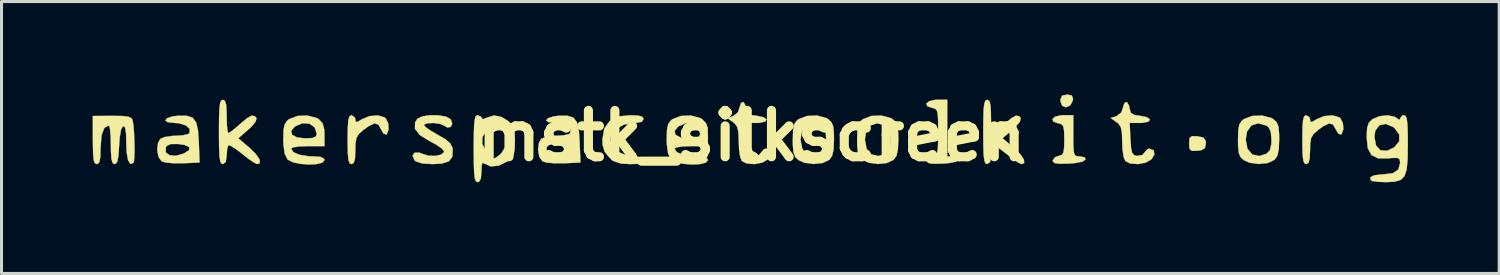
<source format=kicad_pcb>
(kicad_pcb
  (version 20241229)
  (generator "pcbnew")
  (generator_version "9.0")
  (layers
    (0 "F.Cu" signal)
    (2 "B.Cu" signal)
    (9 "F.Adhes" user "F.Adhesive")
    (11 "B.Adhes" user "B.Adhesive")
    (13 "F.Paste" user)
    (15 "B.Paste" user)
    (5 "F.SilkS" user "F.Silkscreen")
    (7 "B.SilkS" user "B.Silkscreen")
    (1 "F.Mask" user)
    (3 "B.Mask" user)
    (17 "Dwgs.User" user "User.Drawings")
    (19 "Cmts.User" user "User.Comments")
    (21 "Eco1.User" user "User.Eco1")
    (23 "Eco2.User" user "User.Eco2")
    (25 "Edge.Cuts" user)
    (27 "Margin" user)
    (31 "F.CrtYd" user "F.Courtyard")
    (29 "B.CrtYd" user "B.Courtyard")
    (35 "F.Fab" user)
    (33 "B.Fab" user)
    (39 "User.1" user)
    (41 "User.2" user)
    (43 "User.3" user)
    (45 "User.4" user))
  (footprint "mstk_silkscreen"
    (layer "F.Cu")
    (at 21.68 1.418)
    (property "Reference" "mstk_silkscreen" (at 0 0 0) (layer "F.SilkS") (effects (font (size 1.524 1.524) (thickness 0.3))))
    (attr through_hole)
    (fp_poly (pts (xy 10.536 -1.327) (xy 10.573 -1.216) (xy 10.568 -1.165) (xy 10.488 -1.006) (xy 10.347 -0.938) (xy 10.219 -0.985) (xy 10.168 -1.112) (xy 10.16 -1.199) (xy 10.216 -1.322) (xy 10.378 -1.355) (xy 10.536 -1.327)) (stroke (width 0.01) (type solid)) (fill yes) (layer "F.SilkS"))
    (fp_poly (pts (xy 14.668 0.016) (xy 14.862 0.057) (xy 14.936 0.156) (xy 14.944 0.254) (xy 14.915 0.405) (xy 14.795 0.474) (xy 14.668 0.492) (xy 14.48 0.496) (xy 14.406 0.426) (xy 14.393 0.254) (xy 14.408 0.074) (xy 14.488 0.011) (xy 14.668 0.016)) (stroke (width 0.01) (type solid)) (fill yes) (layer "F.SilkS"))
    (fp_poly (pts (xy 6.435 0.677) (xy 6.653 0.677) (xy 6.813 0.711) (xy 6.837 0.783) (xy 6.732 0.851) (xy 6.486 0.898) (xy 6.28 0.914) (xy 5.983 0.92) (xy 5.821 0.898) (xy 5.761 0.841) (xy 5.757 0.814) (xy 5.829 0.706) (xy 5.948 0.662) (xy 6.038 0.639) (xy 6.094 0.58) (xy 6.124 0.45) (xy 6.136 0.217) (xy 6.138 -0.127) (xy 6.136 -0.489) (xy 6.123 -0.715) (xy 6.092 -0.839) (xy 6.034 -0.895) (xy 5.948 -0.916) (xy 5.778 -0.975) (xy 5.749 -1.06) (xy 5.844 -1.141) (xy 6.045 -1.184) (xy 6.096 -1.185) (xy 6.435 -1.185) (xy 6.435 0.677)) (stroke (width 0.01) (type solid)) (fill yes) (layer "F.SilkS"))
    (fp_poly (pts (xy -3.727 -0.665) (xy -3.59 -0.622) (xy -3.556 -0.55) (xy -3.614 -0.461) (xy -3.804 -0.425) (xy -3.883 -0.423) (xy -4.199 -0.368) (xy -4.46 -0.224) (xy -4.623 -0.021) (xy -4.657 0.127) (xy -4.579 0.352) (xy -4.376 0.537) (xy -4.091 0.654) (xy -3.883 0.677) (xy -3.652 0.7) (xy -3.56 0.774) (xy -3.556 0.804) (xy -3.599 0.882) (xy -3.751 0.922) (xy -4.001 0.931) (xy -4.306 0.912) (xy -4.516 0.84) (xy -4.679 0.716) (xy -4.837 0.526) (xy -4.903 0.302) (xy -4.911 0.127) (xy -4.848 -0.242) (xy -4.661 -0.498) (xy -4.346 -0.642) (xy -4.001 -0.677) (xy -3.727 -0.665)) (stroke (width 0.01) (type solid)) (fill yes) (layer "F.SilkS"))
    (fp_poly (pts (xy 10.583 0) (xy 10.585 0.336) (xy 10.599 0.537) (xy 10.636 0.638) (xy 10.706 0.673) (xy 10.802 0.677) (xy 10.962 0.711) (xy 10.986 0.783) (xy 10.881 0.851) (xy 10.634 0.898) (xy 10.428 0.914) (xy 10.132 0.92) (xy 9.97 0.898) (xy 9.909 0.841) (xy 9.906 0.814) (xy 9.978 0.706) (xy 10.097 0.662) (xy 10.203 0.631) (xy 10.26 0.549) (xy 10.283 0.374) (xy 10.287 0.127) (xy 10.281 -0.157) (xy 10.253 -0.314) (xy 10.189 -0.385) (xy 10.097 -0.408) (xy 9.926 -0.467) (xy 9.897 -0.552) (xy 9.992 -0.633) (xy 10.194 -0.676) (xy 10.245 -0.677) (xy 10.583 -0.677) (xy 10.583 0)) (stroke (width 0.01) (type solid)) (fill yes) (layer "F.SilkS"))
    (fp_poly (pts (xy -13.056 -0.609) (xy -13.039 -0.541) (xy -13.025 -0.453) (xy -12.953 -0.465) (xy -12.83 -0.541) (xy -12.574 -0.647) (xy -12.301 -0.671) (xy -12.082 -0.609) (xy -12.04 -0.576) (xy -11.958 -0.414) (xy -11.944 -0.214) (xy -12 -0.062) (xy -12.023 -0.042) (xy -12.11 -0.071) (xy -12.19 -0.207) (xy -12.282 -0.37) (xy -12.406 -0.409) (xy -12.594 -0.322) (xy -12.756 -0.207) (xy -12.921 -0.065) (xy -13.006 0.077) (xy -13.036 0.283) (xy -13.039 0.47) (xy -13.05 0.749) (xy -13.091 0.892) (xy -13.166 0.931) (xy -13.226 0.903) (xy -13.265 0.797) (xy -13.285 0.587) (xy -13.292 0.244) (xy -13.293 0.127) (xy -13.288 -0.256) (xy -13.271 -0.499) (xy -13.238 -0.629) (xy -13.184 -0.676) (xy -13.166 -0.677) (xy -13.056 -0.609)) (stroke (width 0.01) (type solid)) (fill yes) (layer "F.SilkS"))
    (fp_poly (pts (xy 18.356 -0.609) (xy 18.373 -0.541) (xy 18.387 -0.453) (xy 18.459 -0.465) (xy 18.581 -0.541) (xy 18.838 -0.647) (xy 19.111 -0.671) (xy 19.33 -0.609) (xy 19.372 -0.576) (xy 19.453 -0.414) (xy 19.468 -0.214) (xy 19.412 -0.062) (xy 19.389 -0.042) (xy 19.302 -0.071) (xy 19.221 -0.207) (xy 19.13 -0.37) (xy 19.005 -0.409) (xy 18.817 -0.322) (xy 18.656 -0.207) (xy 18.49 -0.065) (xy 18.406 0.077) (xy 18.376 0.283) (xy 18.373 0.47) (xy 18.361 0.749) (xy 18.32 0.892) (xy 18.246 0.931) (xy 18.185 0.903) (xy 18.147 0.797) (xy 18.126 0.587) (xy 18.119 0.244) (xy 18.119 0.127) (xy 18.123 -0.256) (xy 18.14 -0.499) (xy 18.173 -0.629) (xy 18.227 -0.676) (xy 18.246 -0.677) (xy 18.356 -0.609)) (stroke (width 0.01) (type solid)) (fill yes) (layer "F.SilkS"))
    (fp_poly (pts (xy -0.198 -0.99) (xy -0.185 -0.915) (xy -0.142 -0.758) (xy -0.023 -0.685) (xy 0.147 -0.661) (xy 0.391 -0.612) (xy 0.49 -0.537) (xy 0.441 -0.465) (xy 0.239 -0.425) (xy 0.172 -0.423) (xy -0.177 -0.423) (xy -0.152 0.106) (xy -0.132 0.398) (xy -0.097 0.562) (xy -0.03 0.637) (xy 0.064 0.662) (xy 0.242 0.631) (xy 0.306 0.556) (xy 0.408 0.44) (xy 0.47 0.423) (xy 0.614 0.479) (xy 0.634 0.616) (xy 0.546 0.767) (xy 0.354 0.881) (xy 0.093 0.931) (xy -0.163 0.91) (xy -0.322 0.83) (xy -0.377 0.693) (xy -0.414 0.442) (xy -0.423 0.205) (xy -0.433 -0.099) (xy -0.47 -0.284) (xy -0.55 -0.401) (xy -0.614 -0.452) (xy -0.804 -0.586) (xy -0.619 -0.64) (xy -0.453 -0.768) (xy -0.407 -0.9) (xy -0.349 -1.081) (xy -0.267 -1.112) (xy -0.198 -0.99)) (stroke (width 0.01) (type solid)) (fill yes) (layer "F.SilkS"))
    (fp_poly (pts (xy 2.452 -0.586) (xy 2.521 -0.546) (xy 2.627 -0.446) (xy 2.685 -0.304) (xy 2.707 -0.071) (xy 2.709 0.119) (xy 2.696 0.451) (xy 2.647 0.66) (xy 2.555 0.791) (xy 2.554 0.791) (xy 2.335 0.895) (xy 2.038 0.927) (xy 1.737 0.886) (xy 1.543 0.8) (xy 1.437 0.701) (xy 1.38 0.561) (xy 1.357 0.331) (xy 1.355 0.127) (xy 1.609 0.127) (xy 1.667 0.43) (xy 1.825 0.615) (xy 2.058 0.665) (xy 2.292 0.59) (xy 2.403 0.48) (xy 2.45 0.278) (xy 2.455 0.127) (xy 2.433 -0.139) (xy 2.356 -0.289) (xy 2.292 -0.336) (xy 2.016 -0.412) (xy 1.793 -0.339) (xy 1.65 -0.134) (xy 1.609 0.127) (xy 1.355 0.127) (xy 1.363 -0.182) (xy 1.398 -0.371) (xy 1.473 -0.488) (xy 1.543 -0.546) (xy 1.819 -0.653) (xy 2.151 -0.666) (xy 2.452 -0.586)) (stroke (width 0.01) (type solid)) (fill yes) (layer "F.SilkS"))
    (fp_poly (pts (xy 4.569 -0.586) (xy 4.638 -0.546) (xy 4.744 -0.446) (xy 4.801 -0.304) (xy 4.824 -0.071) (xy 4.826 0.119) (xy 4.812 0.451) (xy 4.764 0.66) (xy 4.671 0.791) (xy 4.671 0.791) (xy 4.452 0.895) (xy 4.154 0.927) (xy 3.853 0.886) (xy 3.66 0.8) (xy 3.554 0.701) (xy 3.497 0.561) (xy 3.474 0.331) (xy 3.471 0.127) (xy 3.725 0.127) (xy 3.784 0.43) (xy 3.942 0.615) (xy 4.175 0.665) (xy 4.408 0.59) (xy 4.519 0.48) (xy 4.567 0.278) (xy 4.572 0.127) (xy 4.55 -0.139) (xy 4.473 -0.289) (xy 4.408 -0.336) (xy 4.132 -0.412) (xy 3.91 -0.339) (xy 3.766 -0.134) (xy 3.725 0.127) (xy 3.471 0.127) (xy 3.48 -0.182) (xy 3.515 -0.371) (xy 3.589 -0.488) (xy 3.66 -0.546) (xy 3.936 -0.653) (xy 4.268 -0.666) (xy 4.569 -0.586)) (stroke (width 0.01) (type solid)) (fill yes) (layer "F.SilkS"))
    (fp_poly (pts (xy 12.417 -0.99) (xy 12.43 -0.915) (xy 12.474 -0.758) (xy 12.592 -0.685) (xy 12.762 -0.661) (xy 13.007 -0.612) (xy 13.106 -0.537) (xy 13.056 -0.465) (xy 12.855 -0.425) (xy 12.788 -0.423) (xy 12.438 -0.423) (xy 12.463 0.106) (xy 12.483 0.398) (xy 12.519 0.562) (xy 12.586 0.637) (xy 12.679 0.662) (xy 12.858 0.631) (xy 12.921 0.556) (xy 13.024 0.44) (xy 13.085 0.423) (xy 13.229 0.479) (xy 13.25 0.616) (xy 13.161 0.767) (xy 12.969 0.881) (xy 12.708 0.931) (xy 12.452 0.91) (xy 12.294 0.83) (xy 12.238 0.693) (xy 12.202 0.442) (xy 12.192 0.205) (xy 12.183 -0.099) (xy 12.146 -0.284) (xy 12.066 -0.401) (xy 12.002 -0.452) (xy 11.811 -0.586) (xy 11.997 -0.64) (xy 12.162 -0.768) (xy 12.208 -0.9) (xy 12.266 -1.081) (xy 12.348 -1.112) (xy 12.417 -0.99)) (stroke (width 0.01) (type solid)) (fill yes) (layer "F.SilkS"))
    (fp_poly (pts (xy 17.1 -0.586) (xy 17.168 -0.546) (xy 17.275 -0.446) (xy 17.332 -0.304) (xy 17.354 -0.071) (xy 17.357 0.119) (xy 17.343 0.451) (xy 17.295 0.66) (xy 17.202 0.791) (xy 17.202 0.791) (xy 16.983 0.895) (xy 16.685 0.927) (xy 16.384 0.886) (xy 16.19 0.8) (xy 16.085 0.701) (xy 16.028 0.561) (xy 16.005 0.331) (xy 16.002 0.127) (xy 16.256 0.127) (xy 16.314 0.43) (xy 16.473 0.615) (xy 16.706 0.665) (xy 16.939 0.59) (xy 17.05 0.48) (xy 17.098 0.278) (xy 17.103 0.127) (xy 17.081 -0.139) (xy 17.004 -0.289) (xy 16.939 -0.336) (xy 16.663 -0.412) (xy 16.441 -0.339) (xy 16.297 -0.134) (xy 16.256 0.127) (xy 16.002 0.127) (xy 16.011 -0.182) (xy 16.045 -0.371) (xy 16.12 -0.488) (xy 16.19 -0.546) (xy 16.467 -0.653) (xy 16.799 -0.666) (xy 17.1 -0.586)) (stroke (width 0.01) (type solid)) (fill yes) (layer "F.SilkS"))
    (fp_poly (pts (xy -10.304 -0.674) (xy -10.052 -0.629) (xy -9.903 -0.547) (xy -9.849 -0.402) (xy -9.9 -0.293) (xy -10.012 -0.271) (xy -10.092 -0.322) (xy -10.242 -0.39) (xy -10.464 -0.422) (xy -10.676 -0.41) (xy -10.783 -0.365) (xy -10.744 -0.3) (xy -10.588 -0.185) (xy -10.352 -0.048) (xy -10.072 0.115) (xy -9.915 0.25) (xy -9.846 0.391) (xy -9.836 0.45) (xy -9.847 0.689) (xy -9.959 0.839) (xy -10.195 0.914) (xy -10.499 0.931) (xy -10.848 0.909) (xy -11.053 0.838) (xy -11.094 0.801) (xy -11.156 0.651) (xy -11.089 0.557) (xy -10.933 0.553) (xy -10.843 0.59) (xy -10.639 0.653) (xy -10.411 0.661) (xy -10.219 0.621) (xy -10.121 0.539) (xy -10.118 0.518) (xy -10.189 0.423) (xy -10.373 0.293) (xy -10.583 0.18) (xy -10.914 -0.021) (xy -11.078 -0.229) (xy -11.074 -0.441) (xy -11.003 -0.555) (xy -10.846 -0.637) (xy -10.591 -0.677) (xy -10.304 -0.674)) (stroke (width 0.01) (type solid)) (fill yes) (layer "F.SilkS"))
    (fp_poly (pts (xy -18.584 -0.66) (xy -18.392 -0.595) (xy -18.276 -0.44) (xy -18.215 -0.168) (xy -18.189 0.206) (xy -18.164 0.879) (xy -18.713 0.904) (xy -19.022 0.904) (xy -19.278 0.879) (xy -19.41 0.841) (xy -19.516 0.694) (xy -19.558 0.466) (xy -19.548 0.385) (xy -19.275 0.385) (xy -19.275 0.547) (xy -19.151 0.641) (xy -18.939 0.656) (xy -18.675 0.58) (xy -18.671 0.578) (xy -18.508 0.468) (xy -18.506 0.372) (xy -18.659 0.3) (xy -18.867 0.27) (xy -19.115 0.271) (xy -19.243 0.331) (xy -19.275 0.385) (xy -19.548 0.385) (xy -19.53 0.235) (xy -19.456 0.102) (xy -19.316 0.041) (xy -19.077 0.005) (xy -18.953 0) (xy -18.706 -0.017) (xy -18.535 -0.061) (xy -18.497 -0.088) (xy -18.489 -0.226) (xy -18.615 -0.342) (xy -18.84 -0.413) (xy -18.983 -0.423) (xy -19.211 -0.448) (xy -19.29 -0.508) (xy -19.232 -0.579) (xy -19.046 -0.639) (xy -18.874 -0.66) (xy -18.584 -0.66)) (stroke (width 0.01) (type solid)) (fill yes) (layer "F.SilkS"))
    (fp_poly (pts (xy -6.054 -0.66) (xy -5.861 -0.595) (xy -5.745 -0.44) (xy -5.684 -0.168) (xy -5.659 0.206) (xy -5.633 0.879) (xy -6.182 0.904) (xy -6.491 0.904) (xy -6.747 0.879) (xy -6.879 0.841) (xy -6.985 0.694) (xy -7.027 0.466) (xy -7.017 0.385) (xy -6.744 0.385) (xy -6.744 0.547) (xy -6.62 0.641) (xy -6.408 0.656) (xy -6.144 0.58) (xy -6.14 0.578) (xy -5.977 0.468) (xy -5.976 0.372) (xy -6.128 0.3) (xy -6.336 0.27) (xy -6.584 0.271) (xy -6.712 0.331) (xy -6.744 0.385) (xy -7.017 0.385) (xy -6.999 0.235) (xy -6.926 0.102) (xy -6.785 0.041) (xy -6.546 0.005) (xy -6.423 0) (xy -6.175 -0.017) (xy -6.004 -0.061) (xy -5.967 -0.088) (xy -5.959 -0.226) (xy -6.085 -0.342) (xy -6.309 -0.413) (xy -6.452 -0.423) (xy -6.68 -0.448) (xy -6.76 -0.508) (xy -6.701 -0.579) (xy -6.515 -0.639) (xy -6.343 -0.66) (xy -6.054 -0.66)) (stroke (width 0.01) (type solid)) (fill yes) (layer "F.SilkS"))
    (fp_poly (pts (xy -17.328 -1.149) (xy -17.288 -1.017) (xy -17.273 -0.76) (xy -17.272 -0.635) (xy -17.265 -0.355) (xy -17.245 -0.156) (xy -17.219 -0.085) (xy -17.131 -0.137) (xy -16.964 -0.271) (xy -16.838 -0.381) (xy -16.6 -0.58) (xy -16.445 -0.664) (xy -16.343 -0.644) (xy -16.291 -0.581) (xy -16.316 -0.474) (xy -16.451 -0.306) (xy -16.562 -0.203) (xy -16.891 0.081) (xy -16.531 0.386) (xy -16.309 0.603) (xy -16.188 0.782) (xy -16.179 0.898) (xy -16.265 0.931) (xy -16.376 0.88) (xy -16.568 0.748) (xy -16.761 0.595) (xy -16.979 0.428) (xy -17.145 0.327) (xy -17.218 0.313) (xy -17.255 0.427) (xy -17.272 0.632) (xy -17.272 0.649) (xy -17.302 0.863) (xy -17.398 0.931) (xy -17.399 0.931) (xy -17.453 0.906) (xy -17.489 0.814) (xy -17.512 0.63) (xy -17.523 0.328) (xy -17.526 -0.118) (xy -17.526 -0.127) (xy -17.523 -0.575) (xy -17.512 -0.88) (xy -17.49 -1.066) (xy -17.454 -1.159) (xy -17.4 -1.185) (xy -17.399 -1.185) (xy -17.328 -1.149)) (stroke (width 0.01) (type solid)) (fill yes) (layer "F.SilkS"))
    (fp_poly (pts (xy -14.312 -0.586) (xy -14.243 -0.546) (xy -14.115 -0.411) (xy -14.061 -0.205) (xy -14.055 -0.038) (xy -14.055 0.339) (xy -14.605 0.339) (xy -14.885 0.35) (xy -15.083 0.38) (xy -15.155 0.42) (xy -15.077 0.539) (xy -14.868 0.627) (xy -14.564 0.674) (xy -14.441 0.677) (xy -14.188 0.693) (xy -14.072 0.749) (xy -14.055 0.804) (xy -14.129 0.886) (xy -14.32 0.932) (xy -14.577 0.944) (xy -14.852 0.923) (xy -15.096 0.87) (xy -15.259 0.787) (xy -15.269 0.776) (xy -15.363 0.591) (xy -15.405 0.283) (xy -15.409 0.104) (xy -15.401 -0.161) (xy -15.15 -0.161) (xy -15.122 -0.034) (xy -14.956 0.054) (xy -14.692 0.085) (xy -14.45 0.072) (xy -14.336 0.024) (xy -14.309 -0.068) (xy -14.377 -0.278) (xy -14.551 -0.398) (xy -14.783 -0.413) (xy -15.026 -0.309) (xy -15.15 -0.161) (xy -15.401 -0.161) (xy -15.4 -0.199) (xy -15.362 -0.383) (xy -15.28 -0.499) (xy -15.221 -0.546) (xy -14.945 -0.653) (xy -14.613 -0.666) (xy -14.312 -0.586)) (stroke (width 0.01) (type solid)) (fill yes) (layer "F.SilkS"))
    (fp_poly (pts (xy -1.696 -0.586) (xy -1.628 -0.546) (xy -1.5 -0.411) (xy -1.446 -0.205) (xy -1.439 -0.038) (xy -1.439 0.339) (xy -1.99 0.339) (xy -2.27 0.35) (xy -2.468 0.38) (xy -2.54 0.42) (xy -2.462 0.539) (xy -2.252 0.627) (xy -1.948 0.674) (xy -1.826 0.677) (xy -1.573 0.693) (xy -1.456 0.749) (xy -1.439 0.804) (xy -1.514 0.886) (xy -1.704 0.932) (xy -1.962 0.944) (xy -2.237 0.923) (xy -2.481 0.87) (xy -2.643 0.787) (xy -2.654 0.776) (xy -2.747 0.591) (xy -2.79 0.283) (xy -2.794 0.104) (xy -2.786 -0.161) (xy -2.535 -0.161) (xy -2.506 -0.034) (xy -2.341 0.054) (xy -2.077 0.085) (xy -1.835 0.072) (xy -1.721 0.024) (xy -1.693 -0.068) (xy -1.762 -0.278) (xy -1.936 -0.398) (xy -2.168 -0.413) (xy -2.411 -0.309) (xy -2.535 -0.161) (xy -2.786 -0.161) (xy -2.784 -0.199) (xy -2.746 -0.383) (xy -2.664 -0.499) (xy -2.606 -0.546) (xy -2.329 -0.653) (xy -1.997 -0.666) (xy -1.696 -0.586)) (stroke (width 0.01) (type solid)) (fill yes) (layer "F.SilkS"))
    (fp_poly (pts (xy 7.818 -1.149) (xy 7.858 -1.017) (xy 7.873 -0.76) (xy 7.874 -0.635) (xy 7.881 -0.355) (xy 7.901 -0.156) (xy 7.927 -0.085) (xy 8.015 -0.137) (xy 8.182 -0.271) (xy 8.308 -0.381) (xy 8.546 -0.58) (xy 8.701 -0.664) (xy 8.803 -0.644) (xy 8.855 -0.581) (xy 8.83 -0.474) (xy 8.695 -0.306) (xy 8.584 -0.203) (xy 8.255 0.081) (xy 8.615 0.386) (xy 8.837 0.603) (xy 8.958 0.782) (xy 8.967 0.898) (xy 8.881 0.931) (xy 8.77 0.88) (xy 8.578 0.748) (xy 8.385 0.595) (xy 8.167 0.428) (xy 8.001 0.327) (xy 7.928 0.313) (xy 7.891 0.427) (xy 7.874 0.632) (xy 7.874 0.649) (xy 7.844 0.863) (xy 7.748 0.931) (xy 7.747 0.931) (xy 7.693 0.906) (xy 7.657 0.814) (xy 7.634 0.63) (xy 7.623 0.328) (xy 7.62 -0.118) (xy 7.62 -0.127) (xy 7.623 -0.575) (xy 7.634 -0.88) (xy 7.656 -1.066) (xy 7.692 -1.159) (xy 7.746 -1.185) (xy 7.747 -1.185) (xy 7.818 -1.149)) (stroke (width 0.01) (type solid)) (fill yes) (layer "F.SilkS"))
    (fp_poly (pts (xy -20.707 -0.652) (xy -20.505 -0.628) (xy -20.402 -0.578) (xy -20.369 -0.521) (xy -20.34 -0.348) (xy -20.319 -0.084) (xy -20.307 0.222) (xy -20.304 0.52) (xy -20.313 0.758) (xy -20.334 0.886) (xy -20.338 0.893) (xy -20.441 0.926) (xy -20.518 0.803) (xy -20.563 0.537) (xy -20.574 0.242) (xy -20.583 -0.086) (xy -20.612 -0.266) (xy -20.665 -0.321) (xy -20.68 -0.318) (xy -20.746 -0.211) (xy -20.792 0.052) (xy -20.811 0.324) (xy -20.833 0.657) (xy -20.87 0.848) (xy -20.93 0.926) (xy -20.959 0.931) (xy -21.024 0.895) (xy -21.063 0.766) (xy -21.08 0.516) (xy -21.082 0.296) (xy -21.09 -0.007) (xy -21.112 -0.232) (xy -21.143 -0.336) (xy -21.15 -0.339) (xy -21.298 -0.259) (xy -21.388 -0.021) (xy -21.421 0.374) (xy -21.421 0.398) (xy -21.43 0.701) (xy -21.462 0.868) (xy -21.524 0.929) (xy -21.548 0.931) (xy -21.609 0.902) (xy -21.647 0.796) (xy -21.667 0.584) (xy -21.674 0.238) (xy -21.675 0.139) (xy -21.675 -0.652) (xy -21.043 -0.656) (xy -20.707 -0.652)) (stroke (width 0.01) (type solid)) (fill yes) (layer "F.SilkS"))
    (fp_poly (pts (xy -8.904 -0.63) (xy -8.89 -0.59) (xy -8.838 -0.545) (xy -8.726 -0.59) (xy -8.473 -0.671) (xy -8.224 -0.616) (xy -8.035 -0.502) (xy -7.895 -0.386) (xy -7.821 -0.255) (xy -7.793 -0.053) (xy -7.789 0.169) (xy -7.798 0.458) (xy -7.836 0.635) (xy -7.927 0.756) (xy -8.035 0.841) (xy -8.319 0.981) (xy -8.588 1.007) (xy -8.788 0.914) (xy -8.853 0.885) (xy -8.884 0.983) (xy -8.89 1.168) (xy -8.909 1.41) (xy -8.973 1.514) (xy -9.017 1.524) (xy -9.07 1.499) (xy -9.106 1.409) (xy -9.129 1.228) (xy -9.14 0.931) (xy -9.144 0.493) (xy -9.144 0.423) (xy -9.143 0.265) (xy -8.867 0.265) (xy -8.729 0.52) (xy -8.715 0.539) (xy -8.568 0.707) (xy -8.459 0.744) (xy -8.323 0.655) (xy -8.239 0.578) (xy -8.073 0.325) (xy -8.067 0.049) (xy -8.219 -0.217) (xy -8.262 -0.26) (xy -8.481 -0.466) (xy -8.685 -0.228) (xy -8.853 0.03) (xy -8.867 0.265) (xy -9.143 0.265) (xy -9.141 -0.035) (xy -9.131 -0.349) (xy -9.11 -0.544) (xy -9.076 -0.645) (xy -9.025 -0.677) (xy -9.017 -0.677) (xy -8.904 -0.63)) (stroke (width 0.01) (type solid)) (fill yes) (layer "F.SilkS"))
    (fp_poly (pts (xy 21.519 -0.651) (xy 21.556 -0.555) (xy 21.578 -0.362) (xy 21.588 -0.046) (xy 21.59 0.283) (xy 21.583 0.766) (xy 21.551 1.105) (xy 21.481 1.325) (xy 21.356 1.451) (xy 21.163 1.509) (xy 20.885 1.524) (xy 20.857 1.524) (xy 20.602 1.514) (xy 20.423 1.488) (xy 20.379 1.47) (xy 20.35 1.372) (xy 20.471 1.302) (xy 20.719 1.271) (xy 20.774 1.27) (xy 21.093 1.232) (xy 21.275 1.111) (xy 21.336 0.895) (xy 21.336 0.882) (xy 21.32 0.771) (xy 21.242 0.726) (xy 21.058 0.73) (xy 20.953 0.741) (xy 20.614 0.74) (xy 20.393 0.635) (xy 20.272 0.407) (xy 20.235 0.041) (xy 20.235 0.034) (xy 20.236 0.024) (xy 20.489 0.024) (xy 20.543 0.318) (xy 20.689 0.478) (xy 20.91 0.492) (xy 21.148 0.376) (xy 21.304 0.185) (xy 21.308 -0.036) (xy 21.161 -0.248) (xy 21.114 -0.285) (xy 20.865 -0.391) (xy 20.656 -0.348) (xy 20.521 -0.171) (xy 20.489 0.024) (xy 20.236 0.024) (xy 20.249 -0.251) (xy 20.303 -0.424) (xy 20.415 -0.539) (xy 20.424 -0.546) (xy 20.659 -0.645) (xy 20.929 -0.673) (xy 21.16 -0.626) (xy 21.234 -0.576) (xy 21.318 -0.517) (xy 21.336 -0.576) (xy 21.404 -0.666) (xy 21.463 -0.677) (xy 21.519 -0.651)) (stroke (width 0.01) (type solid)) (fill yes) (layer "F.SilkS")))
  (gr_rect
    (start -3 -3)
    (end 46.275 5.947)
    (stroke (width 0.1) (type default))
    (fill no)
    (layer "Edge.Cuts")))
</source>
